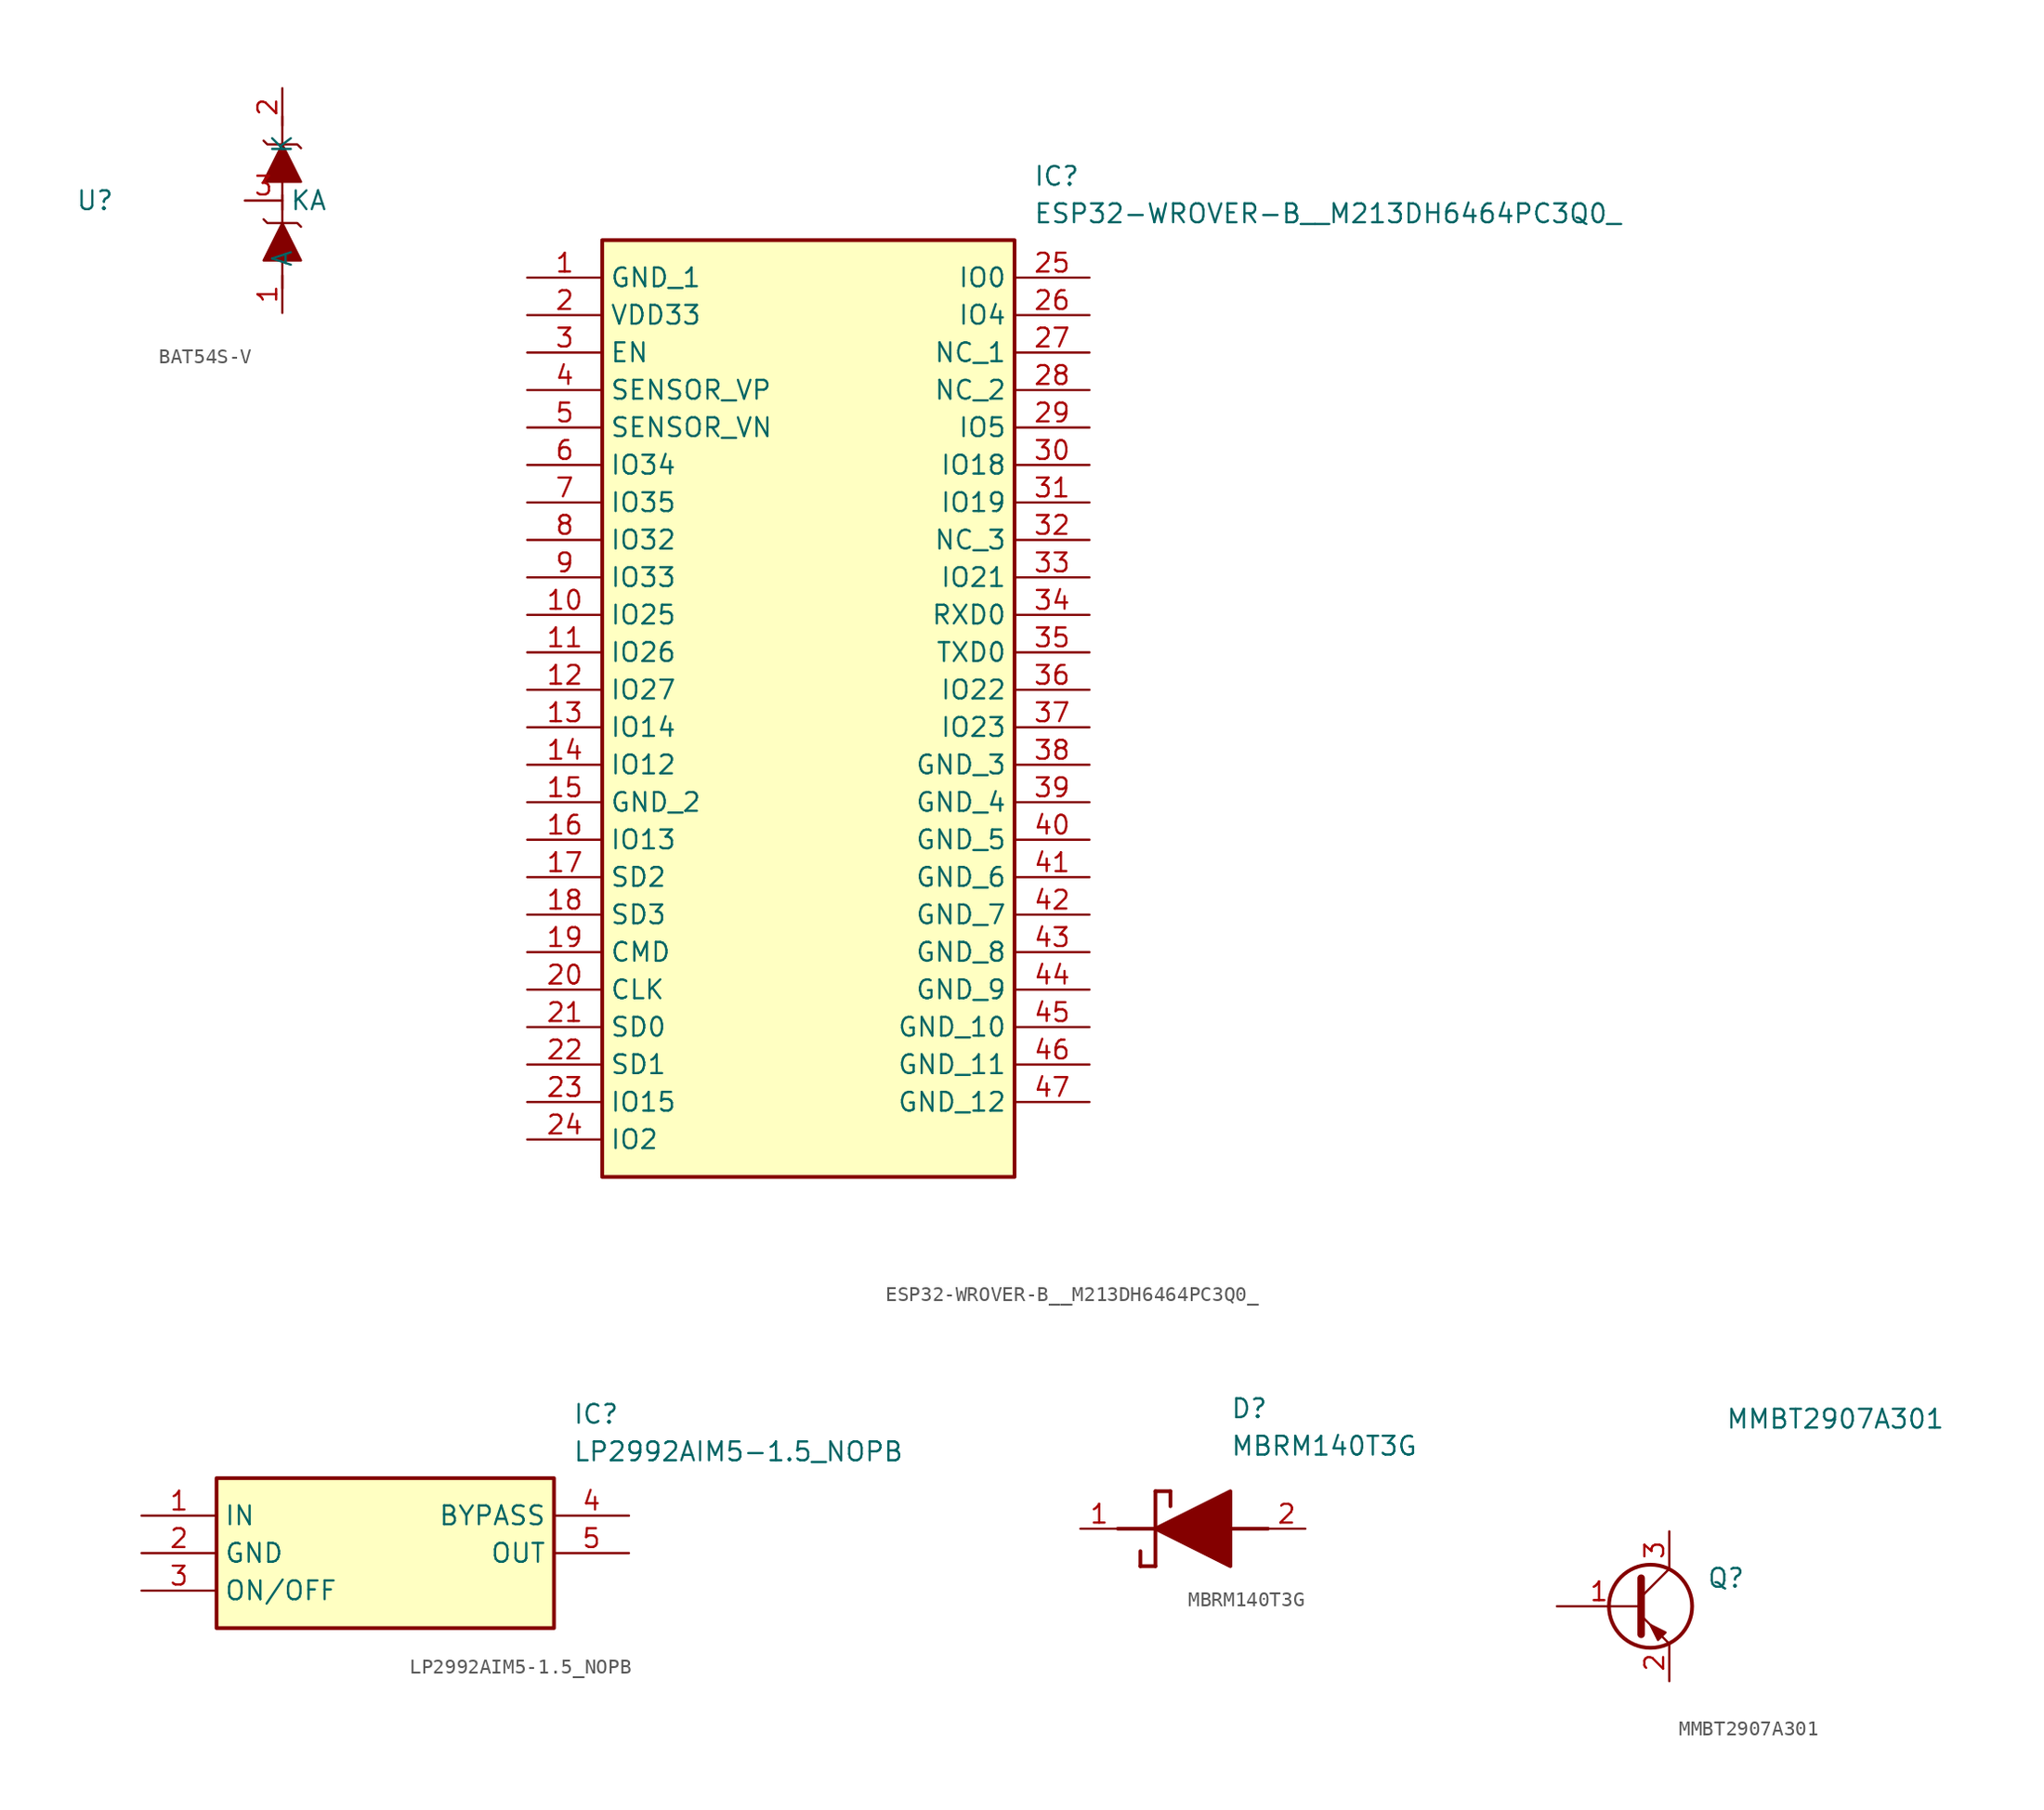
<source format=kicad_sym>
(kicad_symbol_lib
  (version 20220914)
  (generator kicad_symbol_editor)
  (symbol "BAT54S-V"
    (property "Reference" "U"
      (at 0 0 0)
      (effects (font (size 1.27 1.27))))
    (property "Value" ""
      (at 0 0 0)
      (effects (font (size 1.27 1.27))))
    (symbol "BAT54S-V_1_1"
      (polyline (pts (xy 12.7 -5.969) (xy 12.7 0.381)) (stroke (width 0) (type default) (color 132 0 0 1)) (fill (type none)))
      (polyline (pts (xy 12.7 -0.635) (xy 12.7 5.715)) (stroke (width 0) (type default) (color 132 0 0 1)) (fill (type none)))
      (polyline (pts (xy 11.43 -1.27) (xy 11.684 -1.524) (xy 13.716 -1.524) (xy 13.97 -1.778)) (stroke (width 0) (type default) (color 132 0 0 1)) (fill (type none)))
      (polyline (pts (xy 11.43 4.064) (xy 11.684 3.81) (xy 13.716 3.81) (xy 13.97 3.556)) (stroke (width 0) (type default) (color 132 0 0 1)) (fill (type none)))
      (polyline (pts (xy 12.7 -1.524) (xy 11.43 -4.064) (xy 13.97 -4.064) (xy 12.7 -1.524)) (stroke (width 0) (type default) (color 132 0 0 1)) (fill (type color) (color 132 0 0 1)))
      (polyline (pts (xy 12.7 3.81) (xy 11.43 1.27) (xy 13.97 1.27) (xy 12.7 3.81)) (stroke (width 0) (type default) (color 132 0 0 1)) (fill (type color) (color 132 0 0 1)))
      (pin unspecified line (at 12.7 -7.62 90) (length 2.54) (name "A" (effects (font (size 1.27 1.27)))) (number "1" (effects (font (size 1.27 1.27)))))
      (pin unspecified line (at 12.7 7.62 270) (length 2.54) (name "K" (effects (font (size 1.27 1.27)))) (number "2" (effects (font (size 1.27 1.27)))))
      (pin unspecified line (at 10.16 0 0) (length 2.54) (name "KA" (effects (font (size 1.27 1.27)))) (number "3" (effects (font (size 1.27 1.27)))))))
  (symbol "ESP32-WROVER-B__M213DH6464PC3Q0_"
    (property "Reference" "IC"
      (at 34.29 7.62 0)
      (effects (font (size 1.27 1.27)) (justify left top)))
    (property "Value" "ESP32-WROVER-B__M213DH6464PC3Q0_"
      (at 34.29 5.08 0)
      (effects (font (size 1.27 1.27)) (justify left top)))
    (symbol "ESP32-WROVER-B__M213DH6464PC3Q0__1_1"
      (rectangle (start 5.08 2.54) (end 33.02 -60.96) (stroke (width 0.254) (type default)) (fill (type background)))
      (pin passive line (at 0 0 0) (length 5.08) (name "GND_1" (effects (font (size 1.27 1.27)))) (number "1" (effects (font (size 1.27 1.27)))))
      (pin passive line (at 0 -22.86 0) (length 5.08) (name "IO25" (effects (font (size 1.27 1.27)))) (number "10" (effects (font (size 1.27 1.27)))))
      (pin passive line (at 0 -25.4 0) (length 5.08) (name "IO26" (effects (font (size 1.27 1.27)))) (number "11" (effects (font (size 1.27 1.27)))))
      (pin passive line (at 0 -27.94 0) (length 5.08) (name "IO27" (effects (font (size 1.27 1.27)))) (number "12" (effects (font (size 1.27 1.27)))))
      (pin passive line (at 0 -30.48 0) (length 5.08) (name "IO14" (effects (font (size 1.27 1.27)))) (number "13" (effects (font (size 1.27 1.27)))))
      (pin passive line (at 0 -33.02 0) (length 5.08) (name "IO12" (effects (font (size 1.27 1.27)))) (number "14" (effects (font (size 1.27 1.27)))))
      (pin passive line (at 0 -35.56 0) (length 5.08) (name "GND_2" (effects (font (size 1.27 1.27)))) (number "15" (effects (font (size 1.27 1.27)))))
      (pin passive line (at 0 -38.1 0) (length 5.08) (name "IO13" (effects (font (size 1.27 1.27)))) (number "16" (effects (font (size 1.27 1.27)))))
      (pin passive line (at 0 -40.64 0) (length 5.08) (name "SD2" (effects (font (size 1.27 1.27)))) (number "17" (effects (font (size 1.27 1.27)))))
      (pin passive line (at 0 -43.18 0) (length 5.08) (name "SD3" (effects (font (size 1.27 1.27)))) (number "18" (effects (font (size 1.27 1.27)))))
      (pin passive line (at 0 -45.72 0) (length 5.08) (name "CMD" (effects (font (size 1.27 1.27)))) (number "19" (effects (font (size 1.27 1.27)))))
      (pin passive line (at 0 -2.54 0) (length 5.08) (name "VDD33" (effects (font (size 1.27 1.27)))) (number "2" (effects (font (size 1.27 1.27)))))
      (pin passive line (at 0 -48.26 0) (length 5.08) (name "CLK" (effects (font (size 1.27 1.27)))) (number "20" (effects (font (size 1.27 1.27)))))
      (pin passive line (at 0 -50.8 0) (length 5.08) (name "SD0" (effects (font (size 1.27 1.27)))) (number "21" (effects (font (size 1.27 1.27)))))
      (pin passive line (at 0 -53.34 0) (length 5.08) (name "SD1" (effects (font (size 1.27 1.27)))) (number "22" (effects (font (size 1.27 1.27)))))
      (pin passive line (at 0 -55.88 0) (length 5.08) (name "IO15" (effects (font (size 1.27 1.27)))) (number "23" (effects (font (size 1.27 1.27)))))
      (pin passive line (at 0 -58.42 0) (length 5.08) (name "IO2" (effects (font (size 1.27 1.27)))) (number "24" (effects (font (size 1.27 1.27)))))
      (pin passive line (at 38.1 0 180) (length 5.08) (name "IO0" (effects (font (size 1.27 1.27)))) (number "25" (effects (font (size 1.27 1.27)))))
      (pin passive line (at 38.1 -2.54 180) (length 5.08) (name "IO4" (effects (font (size 1.27 1.27)))) (number "26" (effects (font (size 1.27 1.27)))))
      (pin passive line (at 38.1 -5.08 180) (length 5.08) (name "NC_1" (effects (font (size 1.27 1.27)))) (number "27" (effects (font (size 1.27 1.27)))))
      (pin passive line (at 38.1 -7.62 180) (length 5.08) (name "NC_2" (effects (font (size 1.27 1.27)))) (number "28" (effects (font (size 1.27 1.27)))))
      (pin passive line (at 38.1 -10.16 180) (length 5.08) (name "IO5" (effects (font (size 1.27 1.27)))) (number "29" (effects (font (size 1.27 1.27)))))
      (pin passive line (at 0 -5.08 0) (length 5.08) (name "EN" (effects (font (size 1.27 1.27)))) (number "3" (effects (font (size 1.27 1.27)))))
      (pin passive line (at 38.1 -12.7 180) (length 5.08) (name "IO18" (effects (font (size 1.27 1.27)))) (number "30" (effects (font (size 1.27 1.27)))))
      (pin passive line (at 38.1 -15.24 180) (length 5.08) (name "IO19" (effects (font (size 1.27 1.27)))) (number "31" (effects (font (size 1.27 1.27)))))
      (pin passive line (at 38.1 -17.78 180) (length 5.08) (name "NC_3" (effects (font (size 1.27 1.27)))) (number "32" (effects (font (size 1.27 1.27)))))
      (pin passive line (at 38.1 -20.32 180) (length 5.08) (name "IO21" (effects (font (size 1.27 1.27)))) (number "33" (effects (font (size 1.27 1.27)))))
      (pin passive line (at 38.1 -22.86 180) (length 5.08) (name "RXD0" (effects (font (size 1.27 1.27)))) (number "34" (effects (font (size 1.27 1.27)))))
      (pin passive line (at 38.1 -25.4 180) (length 5.08) (name "TXD0" (effects (font (size 1.27 1.27)))) (number "35" (effects (font (size 1.27 1.27)))))
      (pin passive line (at 38.1 -27.94 180) (length 5.08) (name "IO22" (effects (font (size 1.27 1.27)))) (number "36" (effects (font (size 1.27 1.27)))))
      (pin passive line (at 38.1 -30.48 180) (length 5.08) (name "IO23" (effects (font (size 1.27 1.27)))) (number "37" (effects (font (size 1.27 1.27)))))
      (pin passive line (at 38.1 -33.02 180) (length 5.08) (name "GND_3" (effects (font (size 1.27 1.27)))) (number "38" (effects (font (size 1.27 1.27)))))
      (pin passive line (at 38.1 -35.56 180) (length 5.08) (name "GND_4" (effects (font (size 1.27 1.27)))) (number "39" (effects (font (size 1.27 1.27)))))
      (pin passive line (at 0 -7.62 0) (length 5.08) (name "SENSOR_VP" (effects (font (size 1.27 1.27)))) (number "4" (effects (font (size 1.27 1.27)))))
      (pin passive line (at 38.1 -38.1 180) (length 5.08) (name "GND_5" (effects (font (size 1.27 1.27)))) (number "40" (effects (font (size 1.27 1.27)))))
      (pin passive line (at 38.1 -40.64 180) (length 5.08) (name "GND_6" (effects (font (size 1.27 1.27)))) (number "41" (effects (font (size 1.27 1.27)))))
      (pin passive line (at 38.1 -43.18 180) (length 5.08) (name "GND_7" (effects (font (size 1.27 1.27)))) (number "42" (effects (font (size 1.27 1.27)))))
      (pin passive line (at 38.1 -45.72 180) (length 5.08) (name "GND_8" (effects (font (size 1.27 1.27)))) (number "43" (effects (font (size 1.27 1.27)))))
      (pin passive line (at 38.1 -48.26 180) (length 5.08) (name "GND_9" (effects (font (size 1.27 1.27)))) (number "44" (effects (font (size 1.27 1.27)))))
      (pin passive line (at 38.1 -50.8 180) (length 5.08) (name "GND_10" (effects (font (size 1.27 1.27)))) (number "45" (effects (font (size 1.27 1.27)))))
      (pin passive line (at 38.1 -53.34 180) (length 5.08) (name "GND_11" (effects (font (size 1.27 1.27)))) (number "46" (effects (font (size 1.27 1.27)))))
      (pin passive line (at 38.1 -55.88 180) (length 5.08) (name "GND_12" (effects (font (size 1.27 1.27)))) (number "47" (effects (font (size 1.27 1.27)))))
      (pin passive line (at 0 -10.16 0) (length 5.08) (name "SENSOR_VN" (effects (font (size 1.27 1.27)))) (number "5" (effects (font (size 1.27 1.27)))))
      (pin passive line (at 0 -12.7 0) (length 5.08) (name "IO34" (effects (font (size 1.27 1.27)))) (number "6" (effects (font (size 1.27 1.27)))))
      (pin passive line (at 0 -15.24 0) (length 5.08) (name "IO35" (effects (font (size 1.27 1.27)))) (number "7" (effects (font (size 1.27 1.27)))))
      (pin passive line (at 0 -17.78 0) (length 5.08) (name "IO32" (effects (font (size 1.27 1.27)))) (number "8" (effects (font (size 1.27 1.27)))))
      (pin passive line (at 0 -20.32 0) (length 5.08) (name "IO33" (effects (font (size 1.27 1.27)))) (number "9" (effects (font (size 1.27 1.27)))))))
  (symbol "LP2992AIM5-1.5_NOPB"
    (property "Reference" "IC"
      (at 29.21 7.62 0)
      (effects (font (size 1.27 1.27)) (justify left top)))
    (property "Value" "LP2992AIM5-1.5_NOPB"
      (at 29.21 5.08 0)
      (effects (font (size 1.27 1.27)) (justify left top)))
    (symbol "LP2992AIM5-1.5_NOPB_1_1"
      (rectangle (start 5.08 2.54) (end 27.94 -7.62) (stroke (width 0.254) (type default)) (fill (type background)))
      (pin passive line (at 0 0 0) (length 5.08) (name "IN" (effects (font (size 1.27 1.27)))) (number "1" (effects (font (size 1.27 1.27)))))
      (pin passive line (at 0 -2.54 0) (length 5.08) (name "GND" (effects (font (size 1.27 1.27)))) (number "2" (effects (font (size 1.27 1.27)))))
      (pin passive line (at 0 -5.08 0) (length 5.08) (name "ON/OFF" (effects (font (size 1.27 1.27)))) (number "3" (effects (font (size 1.27 1.27)))))
      (pin passive line (at 33.02 0 180) (length 5.08) (name "BYPASS" (effects (font (size 1.27 1.27)))) (number "4" (effects (font (size 1.27 1.27)))))
      (pin passive line (at 33.02 -2.54 180) (length 5.08) (name "OUT" (effects (font (size 1.27 1.27)))) (number "5" (effects (font (size 1.27 1.27)))))))
  (symbol "MBRM140T3G"
    (pin_names hide)
    (property "Reference" "D"
      (at 12.7 8.89 0)
      (effects (font (size 1.27 1.27)) (justify left top)))
    (property "Value" "MBRM140T3G"
      (at 12.7 6.35 0)
      (effects (font (size 1.27 1.27)) (justify left top)))
    (symbol "MBRM140T3G_1_1"
      (polyline (pts (xy 5.08 0) (xy 7.62 0)) (stroke (width 0.254) (type default)) (fill (type none)))
      (polyline (pts (xy 6.604 -1.524) (xy 6.604 -2.54)) (stroke (width 0.254) (type default)) (fill (type none)))
      (polyline (pts (xy 7.62 -2.54) (xy 6.604 -2.54)) (stroke (width 0.254) (type default)) (fill (type none)))
      (polyline (pts (xy 7.62 2.54) (xy 7.62 -2.54)) (stroke (width 0.254) (type default)) (fill (type none)))
      (polyline (pts (xy 7.62 2.54) (xy 8.636 2.54)) (stroke (width 0.254) (type default)) (fill (type none)))
      (polyline (pts (xy 8.636 1.524) (xy 8.636 2.54)) (stroke (width 0.254) (type default)) (fill (type none)))
      (polyline (pts (xy 12.7 0) (xy 15.24 0)) (stroke (width 0.254) (type default)) (fill (type none)))
      (polyline (pts (xy 7.62 0) (xy 12.7 2.54) (xy 12.7 -2.54) (xy 7.62 0)) (stroke (width 0.254) (type default)) (fill (type outline)))
      (pin passive line (at 2.54 0 0) (length 2.54) (name "K" (effects (font (size 1.27 1.27)))) (number "1" (effects (font (size 1.27 1.27)))))
      (pin passive line (at 17.78 0 180) (length 2.54) (name "A" (effects (font (size 1.27 1.27)))) (number "2" (effects (font (size 1.27 1.27)))))))
  (symbol "MMBT2907A301"
    (pin_names
      (offset 0) hide)
    (property "Reference" "Q"
      (at 5.08 1.905 0)
      (effects (font (size 1.27 1.27)) (justify left)))
    (property "Value" "MMBT2907A301"
      (at 6.35 12.7 0)
      (effects (font (size 1.27 1.27)) (justify left)))
    (symbol "MMBT2907A301_0_1"
      (polyline (pts (xy 0.635 0.635) (xy 2.54 2.54)) (stroke (width 0) (type default)) (fill (type none)))
      (polyline (pts (xy 0.635 -0.635) (xy 2.54 -2.54) (xy 2.54 -2.54)) (stroke (width 0) (type default)) (fill (type none)))
      (polyline (pts (xy 0.635 1.905) (xy 0.635 -1.905) (xy 0.635 -1.905)) (stroke (width 0.508) (type default)) (fill (type none)))
      (polyline (pts (xy 2.286 -1.778) (xy 1.778 -2.286) (xy 1.27 -1.27) (xy 2.286 -1.778) (xy 2.286 -1.778)) (stroke (width 0) (type default)) (fill (type outline)))
      (circle (center 1.27 0) (radius 2.819) (stroke (width 0.254) (type default)) (fill (type none))))
    (symbol "MMBT2907A301_1_1"
      (pin input line (at -5.08 0 0) (length 5.715) (name "B" (effects (font (size 1.27 1.27)))) (number "1" (effects (font (size 1.27 1.27)))))
      (pin passive line (at 2.54 -5.08 90) (length 2.54) (name "E" (effects (font (size 1.27 1.27)))) (number "2" (effects (font (size 1.27 1.27)))))
      (pin passive line (at 2.54 5.08 270) (length 2.54) (name "C" (effects (font (size 1.27 1.27)))) (number "3" (effects (font (size 1.27 1.27))))))))
</source>
